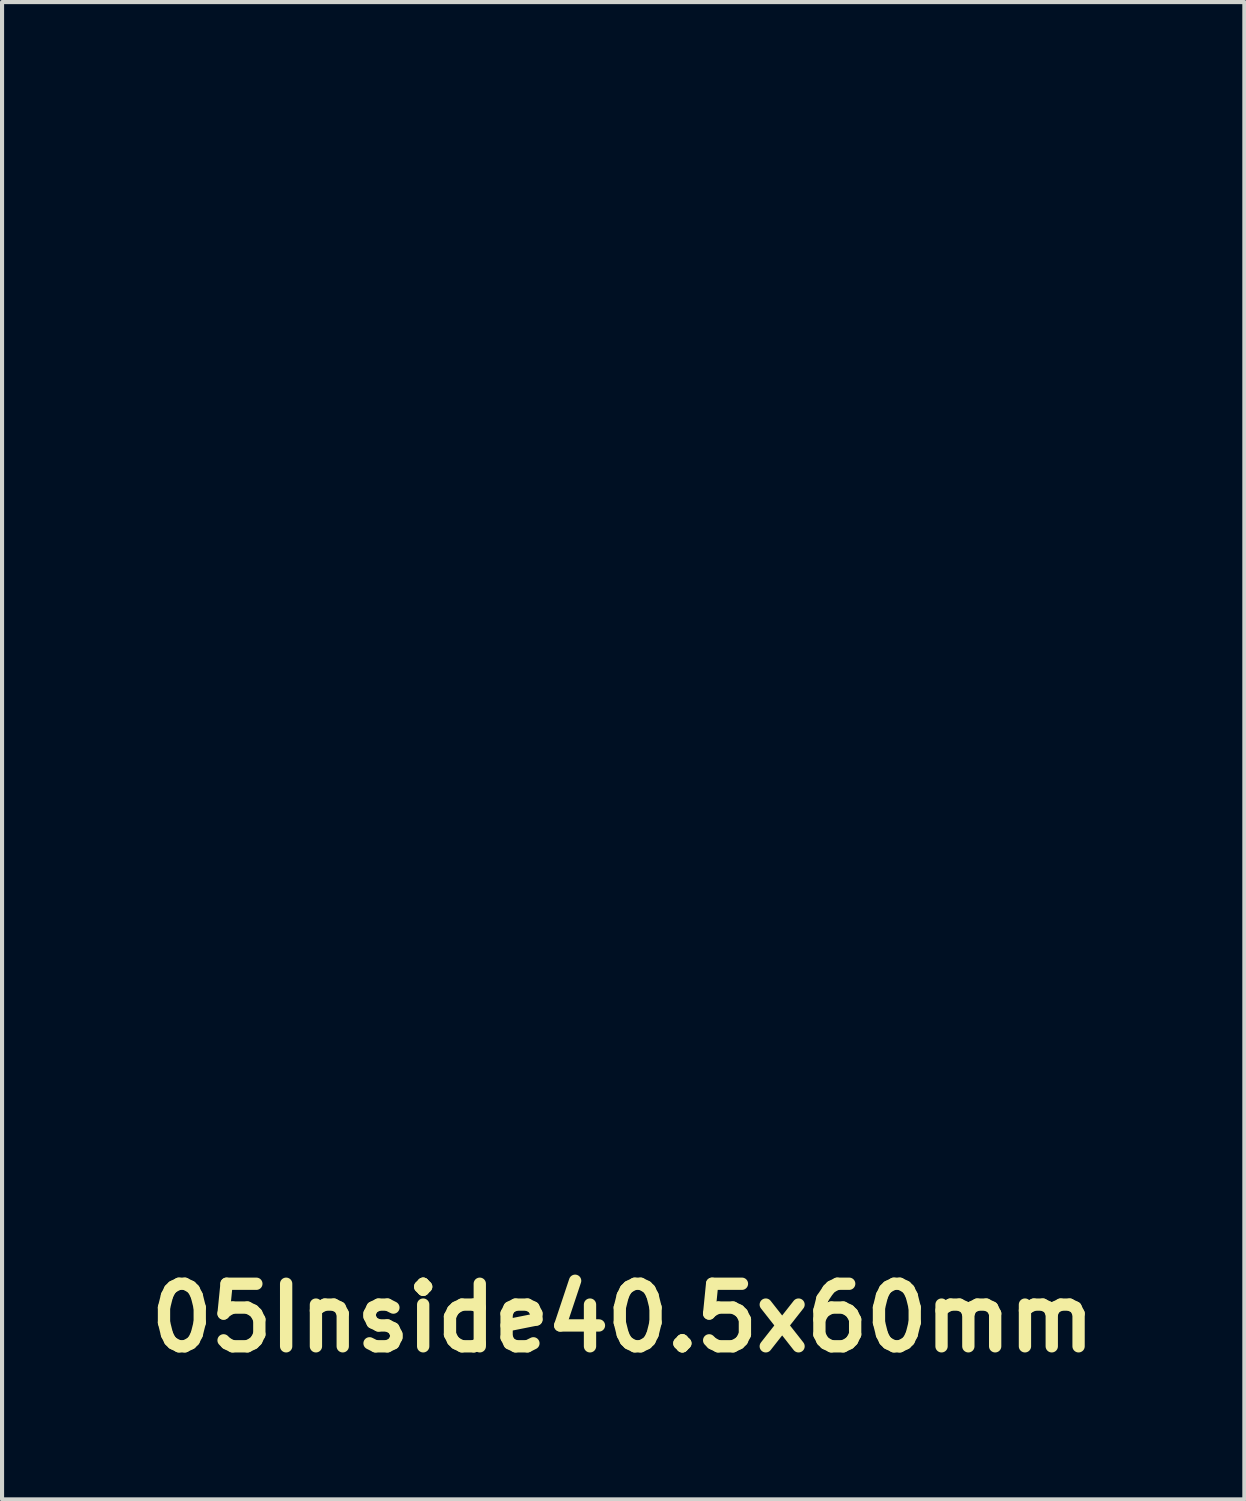
<source format=kicad_pcb>
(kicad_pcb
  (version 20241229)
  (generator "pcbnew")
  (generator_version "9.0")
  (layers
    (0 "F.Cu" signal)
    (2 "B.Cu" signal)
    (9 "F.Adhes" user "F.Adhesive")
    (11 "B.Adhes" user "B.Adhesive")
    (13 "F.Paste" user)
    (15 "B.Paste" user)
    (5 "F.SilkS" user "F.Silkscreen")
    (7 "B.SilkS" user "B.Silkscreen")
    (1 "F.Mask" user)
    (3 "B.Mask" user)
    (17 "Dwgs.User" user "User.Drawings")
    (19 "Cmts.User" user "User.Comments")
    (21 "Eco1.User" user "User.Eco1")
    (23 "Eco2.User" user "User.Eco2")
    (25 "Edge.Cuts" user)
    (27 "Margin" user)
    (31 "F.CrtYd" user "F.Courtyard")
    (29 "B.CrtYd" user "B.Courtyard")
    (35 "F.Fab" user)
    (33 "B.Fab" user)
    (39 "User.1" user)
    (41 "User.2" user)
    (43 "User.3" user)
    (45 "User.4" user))
  (footprint "05Inside40.5x60mm"
    (layer "F.Cu")
    (at 12.121 29.057)
    (property "Reference" "05Inside40.5x60mm" (at 0 0 0) (layer "F.SilkS") (effects (font (size 1.524 1.524) (thickness 0.3))))
    (attr board_only exclude_from_pos_files exclude_from_bom)
    (fp_poly (pts (xy 4.497 -28.964) (xy 4.635 -28.708) (xy 4.757 -28.323) (xy 4.852 -27.845) (xy 4.91 -27.308) (xy 4.919 -27.13) (xy 4.91 -26.424) (xy 4.825 -25.719) (xy 4.653 -24.976) (xy 4.387 -24.159) (xy 4.016 -23.228) (xy 3.908 -22.979) (xy 3.543 -22.131) (xy 3.203 -21.317) (xy 2.899 -20.563) (xy 2.643 -19.9) (xy 2.446 -19.356) (xy 2.319 -18.959) (xy 2.31 -18.926) (xy 2.231 -18.486) (xy 2.188 -17.923) (xy 2.181 -17.311) (xy 2.211 -16.723) (xy 2.278 -16.23) (xy 2.283 -16.207) (xy 2.338 -15.916) (xy 2.362 -15.717) (xy 2.357 -15.666) (xy 2.306 -15.737) (xy 2.194 -15.956) (xy 2.037 -16.289) (xy 1.851 -16.703) (xy 1.846 -16.714) (xy 1.584 -17.341) (xy 1.413 -17.857) (xy 1.328 -18.322) (xy 1.322 -18.796) (xy 1.391 -19.337) (xy 1.528 -20.007) (xy 1.65 -20.59) (xy 1.72 -21.031) (xy 1.742 -21.376) (xy 1.722 -21.67) (xy 1.72 -21.687) (xy 1.656 -22.419) (xy 1.709 -23.038) (xy 1.888 -23.599) (xy 2.207 -24.155) (xy 2.273 -24.248) (xy 2.576 -24.671) (xy 2.426 -25.307) (xy 2.325 -25.788) (xy 2.284 -26.151) (xy 2.302 -26.466) (xy 2.376 -26.804) (xy 2.381 -26.82) (xy 2.589 -27.255) (xy 2.922 -27.567) (xy 3.293 -27.713) (xy 3.477 -27.769) (xy 3.623 -27.886) (xy 3.772 -28.107) (xy 3.931 -28.415) (xy 4.1 -28.729) (xy 4.248 -28.957) (xy 4.347 -29.056) (xy 4.353 -29.057)) (stroke (width 0) (type solid)) (fill yes) (layer "F.Mask"))
    (fp_poly (pts (xy -4.244 -28.946) (xy -4.219 -28.929) (xy -4.063 -28.758) (xy -3.895 -28.473) (xy -3.805 -28.27) (xy -3.666 -27.954) (xy -3.521 -27.769) (xy -3.315 -27.654) (xy -3.236 -27.626) (xy -2.954 -27.51) (xy -2.736 -27.39) (xy -2.71 -27.37) (xy -2.45 -27.031) (xy -2.306 -26.562) (xy -2.283 -25.995) (xy -2.386 -25.363) (xy -2.427 -25.216) (xy -2.58 -24.699) (xy -2.225 -24.216) (xy -1.838 -23.575) (xy -1.637 -22.956) (xy -1.617 -22.338) (xy -1.621 -22.304) (xy -1.672 -21.896) (xy -1.725 -21.479) (xy -1.741 -21.348) (xy -1.746 -20.95) (xy -1.645 -20.529) (xy -1.582 -20.36) (xy -1.326 -19.521) (xy -1.245 -18.739) (xy -1.291 -18.244) (xy -1.353 -18.002) (xy -1.466 -17.645) (xy -1.614 -17.215) (xy -1.782 -16.753) (xy -1.953 -16.301) (xy -2.113 -15.903) (xy -2.244 -15.599) (xy -2.333 -15.432) (xy -2.345 -15.418) (xy -2.359 -15.476) (xy -2.34 -15.678) (xy -2.311 -15.863) (xy -2.278 -16.155) (xy -2.252 -16.587) (xy -2.237 -17.101) (xy -2.234 -17.638) (xy -2.234 -17.642) (xy -2.253 -18.256) (xy -2.302 -18.812) (xy -2.394 -19.346) (xy -2.538 -19.892) (xy -2.745 -20.487) (xy -3.023 -21.164) (xy -3.384 -21.96) (xy -3.608 -22.432) (xy -3.992 -23.252) (xy -4.291 -23.936) (xy -4.514 -24.519) (xy -4.67 -25.039) (xy -4.769 -25.531) (xy -4.819 -26.032) (xy -4.832 -26.578) (xy -4.821 -27.082) (xy -4.791 -27.706) (xy -4.75 -28.166) (xy -4.693 -28.492) (xy -4.617 -28.717) (xy -4.603 -28.745) (xy -4.483 -28.953) (xy -4.383 -29.011)) (stroke (width 0) (type solid)) (fill yes) (layer "F.Mask"))
    (fp_poly (pts (xy -7.85 -21.319) (xy -7.248 -21.165) (xy -6.644 -20.847) (xy -6.07 -20.392) (xy -5.561 -19.829) (xy -5.148 -19.189) (xy -4.947 -18.744) (xy -4.896 -18.597) (xy -4.91 -18.553) (xy -5.015 -18.621) (xy -5.236 -18.811) (xy -5.293 -18.861) (xy -5.734 -19.185) (xy -6.144 -19.338) (xy -6.562 -19.334) (xy -6.623 -19.322) (xy -6.902 -19.208) (xy -7.062 -19.006) (xy -7.103 -18.698) (xy -7.027 -18.267) (xy -6.835 -17.698) (xy -6.757 -17.501) (xy -6.568 -17.003) (xy -6.47 -16.647) (xy -6.456 -16.405) (xy -6.464 -16.359) (xy -6.53 -16.095) (xy -6.961 -16.348) (xy -7.189 -16.47) (xy -7.345 -16.509) (xy -7.433 -16.447) (xy -7.46 -16.261) (xy -7.431 -15.933) (xy -7.352 -15.442) (xy -7.296 -15.138) (xy -7.195 -14.531) (xy -7.149 -14.079) (xy -7.161 -13.749) (xy -7.233 -13.504) (xy -7.368 -13.31) (xy -7.429 -13.25) (xy -7.64 -13.053) (xy -8.029 -13.371) (xy -8.347 -13.627) (xy -8.549 -13.775) (xy -8.666 -13.837) (xy -8.732 -13.832) (xy -8.75 -13.817) (xy -8.787 -13.699) (xy -8.838 -13.427) (xy -8.897 -13.044) (xy -8.947 -12.662) (xy -9.049 -11.978) (xy -9.17 -11.48) (xy -9.318 -11.154) (xy -9.505 -10.991) (xy -9.741 -10.976) (xy -10.035 -11.099) (xy -10.185 -11.193) (xy -10.491 -11.444) (xy -10.708 -11.741) (xy -10.851 -12.125) (xy -10.936 -12.635) (xy -10.972 -13.112) (xy -10.998 -13.574) (xy -11.031 -13.888) (xy -11.085 -14.105) (xy -11.173 -14.276) (xy -11.308 -14.452) (xy -11.345 -14.496) (xy -11.699 -14.987) (xy -11.937 -15.524) (xy -12.072 -16.049) (xy -12.121 -16.646) (xy -12.006 -17.173) (xy -11.717 -17.646) (xy -11.245 -18.083) (xy -10.866 -18.337) (xy -10.558 -18.53) (xy -10.382 -18.673) (xy -10.302 -18.816) (xy -10.28 -19.013) (xy -10.279 -19.145) (xy -10.196 -19.833) (xy -9.957 -20.408) (xy -9.578 -20.857) (xy -9.074 -21.165) (xy -8.459 -21.319)) (stroke (width 0) (type solid)) (fill yes) (layer "F.Mask"))
    (fp_poly (pts (xy 8.618 -21.305) (xy 9.193 -21.113) (xy 9.733 -20.732) (xy 9.737 -20.728) (xy 9.98 -20.498) (xy 10.123 -20.313) (xy 10.198 -20.103) (xy 10.237 -19.795) (xy 10.252 -19.618) (xy 10.297 -19.164) (xy 10.369 -18.857) (xy 10.495 -18.645) (xy 10.704 -18.479) (xy 10.958 -18.34) (xy 11.44 -18.026) (xy 11.82 -17.64) (xy 12.062 -17.224) (xy 12.115 -17.04) (xy 12.142 -16.739) (xy 12.139 -16.347) (xy 12.12 -16.083) (xy 12.056 -15.691) (xy 11.936 -15.378) (xy 11.719 -15.048) (xy 11.665 -14.977) (xy 11.304 -14.458) (xy 11.091 -14.012) (xy 11.009 -13.6) (xy 11.026 -13.288) (xy 11.029 -12.631) (xy 10.847 -12.013) (xy 10.49 -11.468) (xy 10.431 -11.404) (xy 10.112 -11.114) (xy 9.847 -10.989) (xy 9.599 -11.017) (xy 9.429 -11.112) (xy 9.234 -11.351) (xy 9.084 -11.767) (xy 8.977 -12.367) (xy 8.943 -12.7) (xy 8.893 -13.212) (xy 8.845 -13.553) (xy 8.793 -13.75) (xy 8.732 -13.831) (xy 8.706 -13.837) (xy 8.59 -13.778) (xy 8.374 -13.625) (xy 8.144 -13.443) (xy 7.668 -13.05) (xy 7.447 -13.258) (xy 7.283 -13.455) (xy 7.189 -13.698) (xy 7.161 -14.02) (xy 7.198 -14.457) (xy 7.295 -15.045) (xy 7.307 -15.11) (xy 7.407 -15.707) (xy 7.45 -16.142) (xy 7.434 -16.406) (xy 7.36 -16.492) (xy 7.326 -16.481) (xy 6.917 -16.293) (xy 6.642 -16.231) (xy 6.485 -16.294) (xy 6.426 -16.486) (xy 6.424 -16.543) (xy 6.463 -16.781) (xy 6.562 -17.127) (xy 6.699 -17.514) (xy 6.847 -17.871) (xy 6.983 -18.128) (xy 6.986 -18.133) (xy 7.087 -18.406) (xy 7.11 -18.741) (xy 7.055 -19.05) (xy 6.961 -19.216) (xy 6.742 -19.324) (xy 6.417 -19.368) (xy 6.069 -19.344) (xy 5.8 -19.261) (xy 5.603 -19.129) (xy 5.342 -18.918) (xy 5.202 -18.791) (xy 4.985 -18.593) (xy 4.882 -18.523) (xy 4.866 -18.571) (xy 4.894 -18.679) (xy 5.179 -19.328) (xy 5.619 -19.938) (xy 6.176 -20.476) (xy 6.811 -20.909) (xy 7.484 -21.204) (xy 7.986 -21.314)) (stroke (width 0) (type solid)) (fill yes) (layer "F.Mask")))
  (gr_rect
    (start -3 -3)
    (end 27.263 33.475)
    (stroke (width 0.1) (type default))
    (fill no)
    (layer "Edge.Cuts")))
</source>
